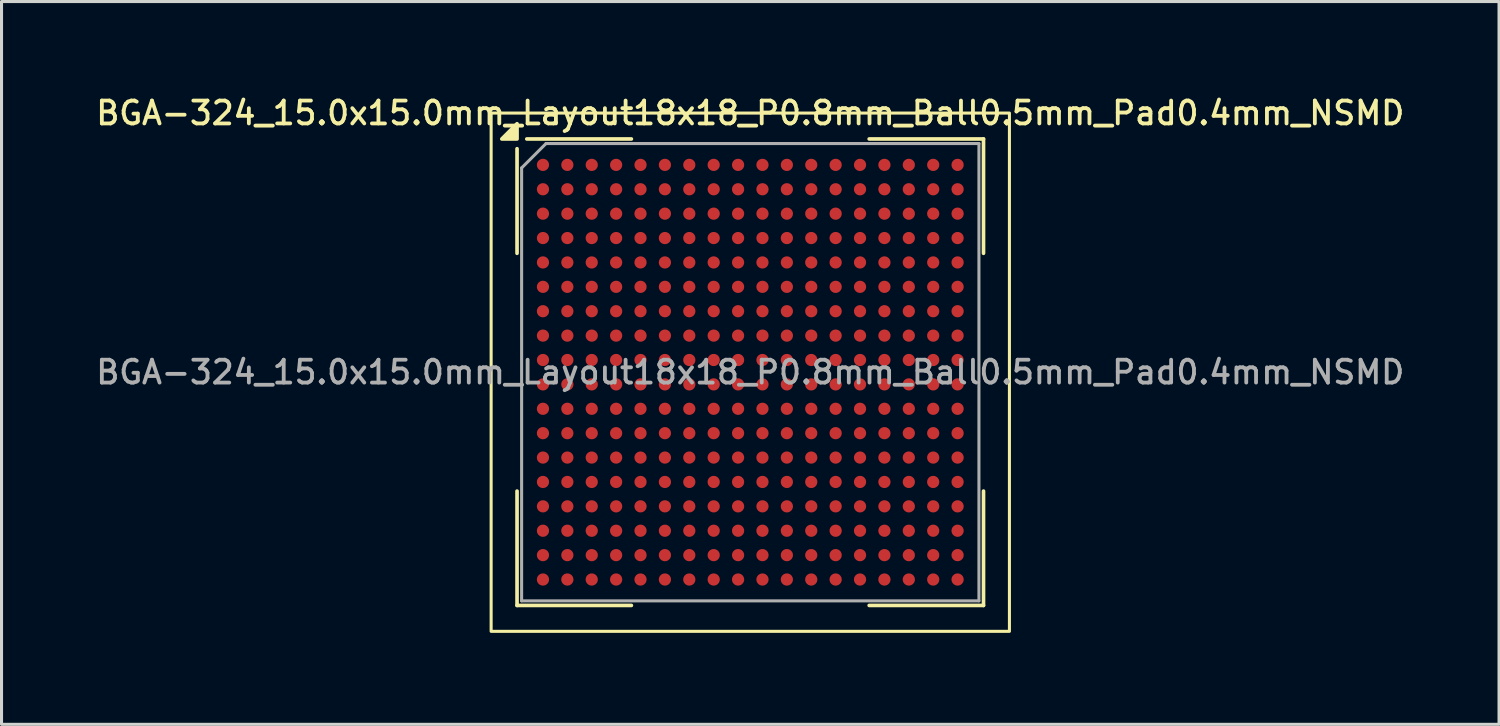
<source format=kicad_pcb>
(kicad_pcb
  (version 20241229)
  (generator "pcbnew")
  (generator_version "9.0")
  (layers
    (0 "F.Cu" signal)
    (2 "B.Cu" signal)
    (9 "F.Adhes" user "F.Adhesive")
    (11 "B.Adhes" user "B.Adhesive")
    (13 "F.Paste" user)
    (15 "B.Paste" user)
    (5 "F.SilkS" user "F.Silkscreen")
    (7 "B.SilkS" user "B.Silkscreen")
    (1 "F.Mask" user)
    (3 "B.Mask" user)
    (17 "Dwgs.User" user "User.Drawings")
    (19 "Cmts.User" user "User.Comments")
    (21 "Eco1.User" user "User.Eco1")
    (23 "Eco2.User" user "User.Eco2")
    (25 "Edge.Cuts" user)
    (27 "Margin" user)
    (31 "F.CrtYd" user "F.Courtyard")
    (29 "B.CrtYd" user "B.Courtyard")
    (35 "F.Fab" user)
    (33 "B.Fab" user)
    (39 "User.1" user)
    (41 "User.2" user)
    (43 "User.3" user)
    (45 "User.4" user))
  (footprint "BGA-324_15.0x15.0mm_Layout18x18_P0.8mm_Ball0.5mm_Pad0.4mm_NSMD"
    (layer "F.Cu")
    (at 21.559 9.158)
    (property "Reference" "BGA-324_15.0x15.0mm_Layout18x18_P0.8mm_Ball0.5mm_Pad0.4mm_NSMD" (at 0 -8.5 0) (layer "F.SilkS") (effects (font (size 0.75 0.75) (thickness 0.125))))
    (attr smd)
    (fp_line (start -7.65 -7.33) (end -7.65 -3.9) (stroke (width 0.12) (type solid)) (layer "F.SilkS"))
    (fp_line (start -7.65 7.65) (end -7.65 3.9) (stroke (width 0.12) (type solid)) (layer "F.SilkS"))
    (fp_line (start -7.33 -7.65) (end -3.9 -7.65) (stroke (width 0.12) (type solid)) (layer "F.SilkS"))
    (fp_line (start -3.9 7.65) (end -7.65 7.65) (stroke (width 0.12) (type solid)) (layer "F.SilkS"))
    (fp_line (start 3.9 -7.65) (end 7.65 -7.65) (stroke (width 0.12) (type solid)) (layer "F.SilkS"))
    (fp_line (start 3.9 7.65) (end 7.65 7.65) (stroke (width 0.12) (type solid)) (layer "F.SilkS"))
    (fp_line (start 7.65 -7.65) (end 7.65 -3.9) (stroke (width 0.12) (type solid)) (layer "F.SilkS"))
    (fp_line (start 7.65 7.65) (end 7.65 3.9) (stroke (width 0.12) (type solid)) (layer "F.SilkS"))
    (fp_rect (start 8.5 8.5) (end -8.5 -8.5) (stroke (width 0.1) (type solid)) (fill no) (layer "F.SilkS"))
    (fp_poly (pts (xy -7.65 -7.65) (xy -8.15 -7.65) (xy -7.65 -8.15) (xy -7.65 -7.65)) (stroke (width 0.12) (type solid)) (fill yes) (layer "F.SilkS"))
    (fp_line (start -7.5 -6.7) (end -7.5 7.5) (stroke (width 0.1) (type solid)) (layer "F.Fab"))
    (fp_line (start -7.5 7.5) (end 7.5 7.5) (stroke (width 0.1) (type solid)) (layer "F.Fab"))
    (fp_line (start -6.7 -7.5) (end -7.5 -6.7) (stroke (width 0.1) (type solid)) (layer "F.Fab"))
    (fp_line (start 7.5 -7.5) (end -6.7 -7.5) (stroke (width 0.1) (type solid)) (layer "F.Fab"))
    (fp_line (start 7.5 7.5) (end 7.5 -7.5) (stroke (width 0.1) (type solid)) (layer "F.Fab"))
    (fp_text user "${REFERENCE}" (at 0 0 0) (layer "F.Fab") (effects (font (size 0.75 0.75) (thickness 0.125))))
    (pad "A1" smd circle (at -6.8 -6.8) (size 0.4 0.4) (property pad_prop_bga) (layers "F.Cu" "F.Mask" "F.Paste"))
    (pad "A2" smd circle (at -6 -6.8) (size 0.4 0.4) (property pad_prop_bga) (layers "F.Cu" "F.Mask" "F.Paste"))
    (pad "A3" smd circle (at -5.2 -6.8) (size 0.4 0.4) (property pad_prop_bga) (layers "F.Cu" "F.Mask" "F.Paste"))
    (pad "A4" smd circle (at -4.4 -6.8) (size 0.4 0.4) (property pad_prop_bga) (layers "F.Cu" "F.Mask" "F.Paste"))
    (pad "A5" smd circle (at -3.6 -6.8) (size 0.4 0.4) (property pad_prop_bga) (layers "F.Cu" "F.Mask" "F.Paste"))
    (pad "A6" smd circle (at -2.8 -6.8) (size 0.4 0.4) (property pad_prop_bga) (layers "F.Cu" "F.Mask" "F.Paste"))
    (pad "A7" smd circle (at -2 -6.8) (size 0.4 0.4) (property pad_prop_bga) (layers "F.Cu" "F.Mask" "F.Paste"))
    (pad "A8" smd circle (at -1.2 -6.8) (size 0.4 0.4) (property pad_prop_bga) (layers "F.Cu" "F.Mask" "F.Paste"))
    (pad "A9" smd circle (at -0.4 -6.8) (size 0.4 0.4) (property pad_prop_bga) (layers "F.Cu" "F.Mask" "F.Paste"))
    (pad "A10" smd circle (at 0.4 -6.8) (size 0.4 0.4) (property pad_prop_bga) (layers "F.Cu" "F.Mask" "F.Paste"))
    (pad "A11" smd circle (at 1.2 -6.8) (size 0.4 0.4) (property pad_prop_bga) (layers "F.Cu" "F.Mask" "F.Paste"))
    (pad "A12" smd circle (at 2 -6.8) (size 0.4 0.4) (property pad_prop_bga) (layers "F.Cu" "F.Mask" "F.Paste"))
    (pad "A13" smd circle (at 2.8 -6.8) (size 0.4 0.4) (property pad_prop_bga) (layers "F.Cu" "F.Mask" "F.Paste"))
    (pad "A14" smd circle (at 3.6 -6.8) (size 0.4 0.4) (property pad_prop_bga) (layers "F.Cu" "F.Mask" "F.Paste"))
    (pad "A15" smd circle (at 4.4 -6.8) (size 0.4 0.4) (property pad_prop_bga) (layers "F.Cu" "F.Mask" "F.Paste"))
    (pad "A16" smd circle (at 5.2 -6.8) (size 0.4 0.4) (property pad_prop_bga) (layers "F.Cu" "F.Mask" "F.Paste"))
    (pad "A17" smd circle (at 6 -6.8) (size 0.4 0.4) (property pad_prop_bga) (layers "F.Cu" "F.Mask" "F.Paste"))
    (pad "A18" smd circle (at 6.8 -6.8) (size 0.4 0.4) (property pad_prop_bga) (layers "F.Cu" "F.Mask" "F.Paste"))
    (pad "B1" smd circle (at -6.8 -6) (size 0.4 0.4) (property pad_prop_bga) (layers "F.Cu" "F.Mask" "F.Paste"))
    (pad "B2" smd circle (at -6 -6) (size 0.4 0.4) (property pad_prop_bga) (layers "F.Cu" "F.Mask" "F.Paste"))
    (pad "B3" smd circle (at -5.2 -6) (size 0.4 0.4) (property pad_prop_bga) (layers "F.Cu" "F.Mask" "F.Paste"))
    (pad "B4" smd circle (at -4.4 -6) (size 0.4 0.4) (property pad_prop_bga) (layers "F.Cu" "F.Mask" "F.Paste"))
    (pad "B5" smd circle (at -3.6 -6) (size 0.4 0.4) (property pad_prop_bga) (layers "F.Cu" "F.Mask" "F.Paste"))
    (pad "B6" smd circle (at -2.8 -6) (size 0.4 0.4) (property pad_prop_bga) (layers "F.Cu" "F.Mask" "F.Paste"))
    (pad "B7" smd circle (at -2 -6) (size 0.4 0.4) (property pad_prop_bga) (layers "F.Cu" "F.Mask" "F.Paste"))
    (pad "B8" smd circle (at -1.2 -6) (size 0.4 0.4) (property pad_prop_bga) (layers "F.Cu" "F.Mask" "F.Paste"))
    (pad "B9" smd circle (at -0.4 -6) (size 0.4 0.4) (property pad_prop_bga) (layers "F.Cu" "F.Mask" "F.Paste"))
    (pad "B10" smd circle (at 0.4 -6) (size 0.4 0.4) (property pad_prop_bga) (layers "F.Cu" "F.Mask" "F.Paste"))
    (pad "B11" smd circle (at 1.2 -6) (size 0.4 0.4) (property pad_prop_bga) (layers "F.Cu" "F.Mask" "F.Paste"))
    (pad "B12" smd circle (at 2 -6) (size 0.4 0.4) (property pad_prop_bga) (layers "F.Cu" "F.Mask" "F.Paste"))
    (pad "B13" smd circle (at 2.8 -6) (size 0.4 0.4) (property pad_prop_bga) (layers "F.Cu" "F.Mask" "F.Paste"))
    (pad "B14" smd circle (at 3.6 -6) (size 0.4 0.4) (property pad_prop_bga) (layers "F.Cu" "F.Mask" "F.Paste"))
    (pad "B15" smd circle (at 4.4 -6) (size 0.4 0.4) (property pad_prop_bga) (layers "F.Cu" "F.Mask" "F.Paste"))
    (pad "B16" smd circle (at 5.2 -6) (size 0.4 0.4) (property pad_prop_bga) (layers "F.Cu" "F.Mask" "F.Paste"))
    (pad "B17" smd circle (at 6 -6) (size 0.4 0.4) (property pad_prop_bga) (layers "F.Cu" "F.Mask" "F.Paste"))
    (pad "B18" smd circle (at 6.8 -6) (size 0.4 0.4) (property pad_prop_bga) (layers "F.Cu" "F.Mask" "F.Paste"))
    (pad "C1" smd circle (at -6.8 -5.2) (size 0.4 0.4) (property pad_prop_bga) (layers "F.Cu" "F.Mask" "F.Paste"))
    (pad "C2" smd circle (at -6 -5.2) (size 0.4 0.4) (property pad_prop_bga) (layers "F.Cu" "F.Mask" "F.Paste"))
    (pad "C3" smd circle (at -5.2 -5.2) (size 0.4 0.4) (property pad_prop_bga) (layers "F.Cu" "F.Mask" "F.Paste"))
    (pad "C4" smd circle (at -4.4 -5.2) (size 0.4 0.4) (property pad_prop_bga) (layers "F.Cu" "F.Mask" "F.Paste"))
    (pad "C5" smd circle (at -3.6 -5.2) (size 0.4 0.4) (property pad_prop_bga) (layers "F.Cu" "F.Mask" "F.Paste"))
    (pad "C6" smd circle (at -2.8 -5.2) (size 0.4 0.4) (property pad_prop_bga) (layers "F.Cu" "F.Mask" "F.Paste"))
    (pad "C7" smd circle (at -2 -5.2) (size 0.4 0.4) (property pad_prop_bga) (layers "F.Cu" "F.Mask" "F.Paste"))
    (pad "C8" smd circle (at -1.2 -5.2) (size 0.4 0.4) (property pad_prop_bga) (layers "F.Cu" "F.Mask" "F.Paste"))
    (pad "C9" smd circle (at -0.4 -5.2) (size 0.4 0.4) (property pad_prop_bga) (layers "F.Cu" "F.Mask" "F.Paste"))
    (pad "C10" smd circle (at 0.4 -5.2) (size 0.4 0.4) (property pad_prop_bga) (layers "F.Cu" "F.Mask" "F.Paste"))
    (pad "C11" smd circle (at 1.2 -5.2) (size 0.4 0.4) (property pad_prop_bga) (layers "F.Cu" "F.Mask" "F.Paste"))
    (pad "C12" smd circle (at 2 -5.2) (size 0.4 0.4) (property pad_prop_bga) (layers "F.Cu" "F.Mask" "F.Paste"))
    (pad "C13" smd circle (at 2.8 -5.2) (size 0.4 0.4) (property pad_prop_bga) (layers "F.Cu" "F.Mask" "F.Paste"))
    (pad "C14" smd circle (at 3.6 -5.2) (size 0.4 0.4) (property pad_prop_bga) (layers "F.Cu" "F.Mask" "F.Paste"))
    (pad "C15" smd circle (at 4.4 -5.2) (size 0.4 0.4) (property pad_prop_bga) (layers "F.Cu" "F.Mask" "F.Paste"))
    (pad "C16" smd circle (at 5.2 -5.2) (size 0.4 0.4) (property pad_prop_bga) (layers "F.Cu" "F.Mask" "F.Paste"))
    (pad "C17" smd circle (at 6 -5.2) (size 0.4 0.4) (property pad_prop_bga) (layers "F.Cu" "F.Mask" "F.Paste"))
    (pad "C18" smd circle (at 6.8 -5.2) (size 0.4 0.4) (property pad_prop_bga) (layers "F.Cu" "F.Mask" "F.Paste"))
    (pad "D1" smd circle (at -6.8 -4.4) (size 0.4 0.4) (property pad_prop_bga) (layers "F.Cu" "F.Mask" "F.Paste"))
    (pad "D2" smd circle (at -6 -4.4) (size 0.4 0.4) (property pad_prop_bga) (layers "F.Cu" "F.Mask" "F.Paste"))
    (pad "D3" smd circle (at -5.2 -4.4) (size 0.4 0.4) (property pad_prop_bga) (layers "F.Cu" "F.Mask" "F.Paste"))
    (pad "D4" smd circle (at -4.4 -4.4) (size 0.4 0.4) (property pad_prop_bga) (layers "F.Cu" "F.Mask" "F.Paste"))
    (pad "D5" smd circle (at -3.6 -4.4) (size 0.4 0.4) (property pad_prop_bga) (layers "F.Cu" "F.Mask" "F.Paste"))
    (pad "D6" smd circle (at -2.8 -4.4) (size 0.4 0.4) (property pad_prop_bga) (layers "F.Cu" "F.Mask" "F.Paste"))
    (pad "D7" smd circle (at -2 -4.4) (size 0.4 0.4) (property pad_prop_bga) (layers "F.Cu" "F.Mask" "F.Paste"))
    (pad "D8" smd circle (at -1.2 -4.4) (size 0.4 0.4) (property pad_prop_bga) (layers "F.Cu" "F.Mask" "F.Paste"))
    (pad "D9" smd circle (at -0.4 -4.4) (size 0.4 0.4) (property pad_prop_bga) (layers "F.Cu" "F.Mask" "F.Paste"))
    (pad "D10" smd circle (at 0.4 -4.4) (size 0.4 0.4) (property pad_prop_bga) (layers "F.Cu" "F.Mask" "F.Paste"))
    (pad "D11" smd circle (at 1.2 -4.4) (size 0.4 0.4) (property pad_prop_bga) (layers "F.Cu" "F.Mask" "F.Paste"))
    (pad "D12" smd circle (at 2 -4.4) (size 0.4 0.4) (property pad_prop_bga) (layers "F.Cu" "F.Mask" "F.Paste"))
    (pad "D13" smd circle (at 2.8 -4.4) (size 0.4 0.4) (property pad_prop_bga) (layers "F.Cu" "F.Mask" "F.Paste"))
    (pad "D14" smd circle (at 3.6 -4.4) (size 0.4 0.4) (property pad_prop_bga) (layers "F.Cu" "F.Mask" "F.Paste"))
    (pad "D15" smd circle (at 4.4 -4.4) (size 0.4 0.4) (property pad_prop_bga) (layers "F.Cu" "F.Mask" "F.Paste"))
    (pad "D16" smd circle (at 5.2 -4.4) (size 0.4 0.4) (property pad_prop_bga) (layers "F.Cu" "F.Mask" "F.Paste"))
    (pad "D17" smd circle (at 6 -4.4) (size 0.4 0.4) (property pad_prop_bga) (layers "F.Cu" "F.Mask" "F.Paste"))
    (pad "D18" smd circle (at 6.8 -4.4) (size 0.4 0.4) (property pad_prop_bga) (layers "F.Cu" "F.Mask" "F.Paste"))
    (pad "E1" smd circle (at -6.8 -3.6) (size 0.4 0.4) (property pad_prop_bga) (layers "F.Cu" "F.Mask" "F.Paste"))
    (pad "E2" smd circle (at -6 -3.6) (size 0.4 0.4) (property pad_prop_bga) (layers "F.Cu" "F.Mask" "F.Paste"))
    (pad "E3" smd circle (at -5.2 -3.6) (size 0.4 0.4) (property pad_prop_bga) (layers "F.Cu" "F.Mask" "F.Paste"))
    (pad "E4" smd circle (at -4.4 -3.6) (size 0.4 0.4) (property pad_prop_bga) (layers "F.Cu" "F.Mask" "F.Paste"))
    (pad "E5" smd circle (at -3.6 -3.6) (size 0.4 0.4) (property pad_prop_bga) (layers "F.Cu" "F.Mask" "F.Paste"))
    (pad "E6" smd circle (at -2.8 -3.6) (size 0.4 0.4) (property pad_prop_bga) (layers "F.Cu" "F.Mask" "F.Paste"))
    (pad "E7" smd circle (at -2 -3.6) (size 0.4 0.4) (property pad_prop_bga) (layers "F.Cu" "F.Mask" "F.Paste"))
    (pad "E8" smd circle (at -1.2 -3.6) (size 0.4 0.4) (property pad_prop_bga) (layers "F.Cu" "F.Mask" "F.Paste"))
    (pad "E9" smd circle (at -0.4 -3.6) (size 0.4 0.4) (property pad_prop_bga) (layers "F.Cu" "F.Mask" "F.Paste"))
    (pad "E10" smd circle (at 0.4 -3.6) (size 0.4 0.4) (property pad_prop_bga) (layers "F.Cu" "F.Mask" "F.Paste"))
    (pad "E11" smd circle (at 1.2 -3.6) (size 0.4 0.4) (property pad_prop_bga) (layers "F.Cu" "F.Mask" "F.Paste"))
    (pad "E12" smd circle (at 2 -3.6) (size 0.4 0.4) (property pad_prop_bga) (layers "F.Cu" "F.Mask" "F.Paste"))
    (pad "E13" smd circle (at 2.8 -3.6) (size 0.4 0.4) (property pad_prop_bga) (layers "F.Cu" "F.Mask" "F.Paste"))
    (pad "E14" smd circle (at 3.6 -3.6) (size 0.4 0.4) (property pad_prop_bga) (layers "F.Cu" "F.Mask" "F.Paste"))
    (pad "E15" smd circle (at 4.4 -3.6) (size 0.4 0.4) (property pad_prop_bga) (layers "F.Cu" "F.Mask" "F.Paste"))
    (pad "E16" smd circle (at 5.2 -3.6) (size 0.4 0.4) (property pad_prop_bga) (layers "F.Cu" "F.Mask" "F.Paste"))
    (pad "E17" smd circle (at 6 -3.6) (size 0.4 0.4) (property pad_prop_bga) (layers "F.Cu" "F.Mask" "F.Paste"))
    (pad "E18" smd circle (at 6.8 -3.6) (size 0.4 0.4) (property pad_prop_bga) (layers "F.Cu" "F.Mask" "F.Paste"))
    (pad "F1" smd circle (at -6.8 -2.8) (size 0.4 0.4) (property pad_prop_bga) (layers "F.Cu" "F.Mask" "F.Paste"))
    (pad "F2" smd circle (at -6 -2.8) (size 0.4 0.4) (property pad_prop_bga) (layers "F.Cu" "F.Mask" "F.Paste"))
    (pad "F3" smd circle (at -5.2 -2.8) (size 0.4 0.4) (property pad_prop_bga) (layers "F.Cu" "F.Mask" "F.Paste"))
    (pad "F4" smd circle (at -4.4 -2.8) (size 0.4 0.4) (property pad_prop_bga) (layers "F.Cu" "F.Mask" "F.Paste"))
    (pad "F5" smd circle (at -3.6 -2.8) (size 0.4 0.4) (property pad_prop_bga) (layers "F.Cu" "F.Mask" "F.Paste"))
    (pad "F6" smd circle (at -2.8 -2.8) (size 0.4 0.4) (property pad_prop_bga) (layers "F.Cu" "F.Mask" "F.Paste"))
    (pad "F7" smd circle (at -2 -2.8) (size 0.4 0.4) (property pad_prop_bga) (layers "F.Cu" "F.Mask" "F.Paste"))
    (pad "F8" smd circle (at -1.2 -2.8) (size 0.4 0.4) (property pad_prop_bga) (layers "F.Cu" "F.Mask" "F.Paste"))
    (pad "F9" smd circle (at -0.4 -2.8) (size 0.4 0.4) (property pad_prop_bga) (layers "F.Cu" "F.Mask" "F.Paste"))
    (pad "F10" smd circle (at 0.4 -2.8) (size 0.4 0.4) (property pad_prop_bga) (layers "F.Cu" "F.Mask" "F.Paste"))
    (pad "F11" smd circle (at 1.2 -2.8) (size 0.4 0.4) (property pad_prop_bga) (layers "F.Cu" "F.Mask" "F.Paste"))
    (pad "F12" smd circle (at 2 -2.8) (size 0.4 0.4) (property pad_prop_bga) (layers "F.Cu" "F.Mask" "F.Paste"))
    (pad "F13" smd circle (at 2.8 -2.8) (size 0.4 0.4) (property pad_prop_bga) (layers "F.Cu" "F.Mask" "F.Paste"))
    (pad "F14" smd circle (at 3.6 -2.8) (size 0.4 0.4) (property pad_prop_bga) (layers "F.Cu" "F.Mask" "F.Paste"))
    (pad "F15" smd circle (at 4.4 -2.8) (size 0.4 0.4) (property pad_prop_bga) (layers "F.Cu" "F.Mask" "F.Paste"))
    (pad "F16" smd circle (at 5.2 -2.8) (size 0.4 0.4) (property pad_prop_bga) (layers "F.Cu" "F.Mask" "F.Paste"))
    (pad "F17" smd circle (at 6 -2.8) (size 0.4 0.4) (property pad_prop_bga) (layers "F.Cu" "F.Mask" "F.Paste"))
    (pad "F18" smd circle (at 6.8 -2.8) (size 0.4 0.4) (property pad_prop_bga) (layers "F.Cu" "F.Mask" "F.Paste"))
    (pad "G1" smd circle (at -6.8 -2) (size 0.4 0.4) (property pad_prop_bga) (layers "F.Cu" "F.Mask" "F.Paste"))
    (pad "G2" smd circle (at -6 -2) (size 0.4 0.4) (property pad_prop_bga) (layers "F.Cu" "F.Mask" "F.Paste"))
    (pad "G3" smd circle (at -5.2 -2) (size 0.4 0.4) (property pad_prop_bga) (layers "F.Cu" "F.Mask" "F.Paste"))
    (pad "G4" smd circle (at -4.4 -2) (size 0.4 0.4) (property pad_prop_bga) (layers "F.Cu" "F.Mask" "F.Paste"))
    (pad "G5" smd circle (at -3.6 -2) (size 0.4 0.4) (property pad_prop_bga) (layers "F.Cu" "F.Mask" "F.Paste"))
    (pad "G6" smd circle (at -2.8 -2) (size 0.4 0.4) (property pad_prop_bga) (layers "F.Cu" "F.Mask" "F.Paste"))
    (pad "G7" smd circle (at -2 -2) (size 0.4 0.4) (property pad_prop_bga) (layers "F.Cu" "F.Mask" "F.Paste"))
    (pad "G8" smd circle (at -1.2 -2) (size 0.4 0.4) (property pad_prop_bga) (layers "F.Cu" "F.Mask" "F.Paste"))
    (pad "G9" smd circle (at -0.4 -2) (size 0.4 0.4) (property pad_prop_bga) (layers "F.Cu" "F.Mask" "F.Paste"))
    (pad "G10" smd circle (at 0.4 -2) (size 0.4 0.4) (property pad_prop_bga) (layers "F.Cu" "F.Mask" "F.Paste"))
    (pad "G11" smd circle (at 1.2 -2) (size 0.4 0.4) (property pad_prop_bga) (layers "F.Cu" "F.Mask" "F.Paste"))
    (pad "G12" smd circle (at 2 -2) (size 0.4 0.4) (property pad_prop_bga) (layers "F.Cu" "F.Mask" "F.Paste"))
    (pad "G13" smd circle (at 2.8 -2) (size 0.4 0.4) (property pad_prop_bga) (layers "F.Cu" "F.Mask" "F.Paste"))
    (pad "G14" smd circle (at 3.6 -2) (size 0.4 0.4) (property pad_prop_bga) (layers "F.Cu" "F.Mask" "F.Paste"))
    (pad "G15" smd circle (at 4.4 -2) (size 0.4 0.4) (property pad_prop_bga) (layers "F.Cu" "F.Mask" "F.Paste"))
    (pad "G16" smd circle (at 5.2 -2) (size 0.4 0.4) (property pad_prop_bga) (layers "F.Cu" "F.Mask" "F.Paste"))
    (pad "G17" smd circle (at 6 -2) (size 0.4 0.4) (property pad_prop_bga) (layers "F.Cu" "F.Mask" "F.Paste"))
    (pad "G18" smd circle (at 6.8 -2) (size 0.4 0.4) (property pad_prop_bga) (layers "F.Cu" "F.Mask" "F.Paste"))
    (pad "H1" smd circle (at -6.8 -1.2) (size 0.4 0.4) (property pad_prop_bga) (layers "F.Cu" "F.Mask" "F.Paste"))
    (pad "H2" smd circle (at -6 -1.2) (size 0.4 0.4) (property pad_prop_bga) (layers "F.Cu" "F.Mask" "F.Paste"))
    (pad "H3" smd circle (at -5.2 -1.2) (size 0.4 0.4) (property pad_prop_bga) (layers "F.Cu" "F.Mask" "F.Paste"))
    (pad "H4" smd circle (at -4.4 -1.2) (size 0.4 0.4) (property pad_prop_bga) (layers "F.Cu" "F.Mask" "F.Paste"))
    (pad "H5" smd circle (at -3.6 -1.2) (size 0.4 0.4) (property pad_prop_bga) (layers "F.Cu" "F.Mask" "F.Paste"))
    (pad "H6" smd circle (at -2.8 -1.2) (size 0.4 0.4) (property pad_prop_bga) (layers "F.Cu" "F.Mask" "F.Paste"))
    (pad "H7" smd circle (at -2 -1.2) (size 0.4 0.4) (property pad_prop_bga) (layers "F.Cu" "F.Mask" "F.Paste"))
    (pad "H8" smd circle (at -1.2 -1.2) (size 0.4 0.4) (property pad_prop_bga) (layers "F.Cu" "F.Mask" "F.Paste"))
    (pad "H9" smd circle (at -0.4 -1.2) (size 0.4 0.4) (property pad_prop_bga) (layers "F.Cu" "F.Mask" "F.Paste"))
    (pad "H10" smd circle (at 0.4 -1.2) (size 0.4 0.4) (property pad_prop_bga) (layers "F.Cu" "F.Mask" "F.Paste"))
    (pad "H11" smd circle (at 1.2 -1.2) (size 0.4 0.4) (property pad_prop_bga) (layers "F.Cu" "F.Mask" "F.Paste"))
    (pad "H12" smd circle (at 2 -1.2) (size 0.4 0.4) (property pad_prop_bga) (layers "F.Cu" "F.Mask" "F.Paste"))
    (pad "H13" smd circle (at 2.8 -1.2) (size 0.4 0.4) (property pad_prop_bga) (layers "F.Cu" "F.Mask" "F.Paste"))
    (pad "H14" smd circle (at 3.6 -1.2) (size 0.4 0.4) (property pad_prop_bga) (layers "F.Cu" "F.Mask" "F.Paste"))
    (pad "H15" smd circle (at 4.4 -1.2) (size 0.4 0.4) (property pad_prop_bga) (layers "F.Cu" "F.Mask" "F.Paste"))
    (pad "H16" smd circle (at 5.2 -1.2) (size 0.4 0.4) (property pad_prop_bga) (layers "F.Cu" "F.Mask" "F.Paste"))
    (pad "H17" smd circle (at 6 -1.2) (size 0.4 0.4) (property pad_prop_bga) (layers "F.Cu" "F.Mask" "F.Paste"))
    (pad "H18" smd circle (at 6.8 -1.2) (size 0.4 0.4) (property pad_prop_bga) (layers "F.Cu" "F.Mask" "F.Paste"))
    (pad "J1" smd circle (at -6.8 -0.4) (size 0.4 0.4) (property pad_prop_bga) (layers "F.Cu" "F.Mask" "F.Paste"))
    (pad "J2" smd circle (at -6 -0.4) (size 0.4 0.4) (property pad_prop_bga) (layers "F.Cu" "F.Mask" "F.Paste"))
    (pad "J3" smd circle (at -5.2 -0.4) (size 0.4 0.4) (property pad_prop_bga) (layers "F.Cu" "F.Mask" "F.Paste"))
    (pad "J4" smd circle (at -4.4 -0.4) (size 0.4 0.4) (property pad_prop_bga) (layers "F.Cu" "F.Mask" "F.Paste"))
    (pad "J5" smd circle (at -3.6 -0.4) (size 0.4 0.4) (property pad_prop_bga) (layers "F.Cu" "F.Mask" "F.Paste"))
    (pad "J6" smd circle (at -2.8 -0.4) (size 0.4 0.4) (property pad_prop_bga) (layers "F.Cu" "F.Mask" "F.Paste"))
    (pad "J7" smd circle (at -2 -0.4) (size 0.4 0.4) (property pad_prop_bga) (layers "F.Cu" "F.Mask" "F.Paste"))
    (pad "J8" smd circle (at -1.2 -0.4) (size 0.4 0.4) (property pad_prop_bga) (layers "F.Cu" "F.Mask" "F.Paste"))
    (pad "J9" smd circle (at -0.4 -0.4) (size 0.4 0.4) (property pad_prop_bga) (layers "F.Cu" "F.Mask" "F.Paste"))
    (pad "J10" smd circle (at 0.4 -0.4) (size 0.4 0.4) (property pad_prop_bga) (layers "F.Cu" "F.Mask" "F.Paste"))
    (pad "J11" smd circle (at 1.2 -0.4) (size 0.4 0.4) (property pad_prop_bga) (layers "F.Cu" "F.Mask" "F.Paste"))
    (pad "J12" smd circle (at 2 -0.4) (size 0.4 0.4) (property pad_prop_bga) (layers "F.Cu" "F.Mask" "F.Paste"))
    (pad "J13" smd circle (at 2.8 -0.4) (size 0.4 0.4) (property pad_prop_bga) (layers "F.Cu" "F.Mask" "F.Paste"))
    (pad "J14" smd circle (at 3.6 -0.4) (size 0.4 0.4) (property pad_prop_bga) (layers "F.Cu" "F.Mask" "F.Paste"))
    (pad "J15" smd circle (at 4.4 -0.4) (size 0.4 0.4) (property pad_prop_bga) (layers "F.Cu" "F.Mask" "F.Paste"))
    (pad "J16" smd circle (at 5.2 -0.4) (size 0.4 0.4) (property pad_prop_bga) (layers "F.Cu" "F.Mask" "F.Paste"))
    (pad "J17" smd circle (at 6 -0.4) (size 0.4 0.4) (property pad_prop_bga) (layers "F.Cu" "F.Mask" "F.Paste"))
    (pad "J18" smd circle (at 6.8 -0.4) (size 0.4 0.4) (property pad_prop_bga) (layers "F.Cu" "F.Mask" "F.Paste"))
    (pad "K1" smd circle (at -6.8 0.4) (size 0.4 0.4) (property pad_prop_bga) (layers "F.Cu" "F.Mask" "F.Paste"))
    (pad "K2" smd circle (at -6 0.4) (size 0.4 0.4) (property pad_prop_bga) (layers "F.Cu" "F.Mask" "F.Paste"))
    (pad "K3" smd circle (at -5.2 0.4) (size 0.4 0.4) (property pad_prop_bga) (layers "F.Cu" "F.Mask" "F.Paste"))
    (pad "K4" smd circle (at -4.4 0.4) (size 0.4 0.4) (property pad_prop_bga) (layers "F.Cu" "F.Mask" "F.Paste"))
    (pad "K5" smd circle (at -3.6 0.4) (size 0.4 0.4) (property pad_prop_bga) (layers "F.Cu" "F.Mask" "F.Paste"))
    (pad "K6" smd circle (at -2.8 0.4) (size 0.4 0.4) (property pad_prop_bga) (layers "F.Cu" "F.Mask" "F.Paste"))
    (pad "K7" smd circle (at -2 0.4) (size 0.4 0.4) (property pad_prop_bga) (layers "F.Cu" "F.Mask" "F.Paste"))
    (pad "K8" smd circle (at -1.2 0.4) (size 0.4 0.4) (property pad_prop_bga) (layers "F.Cu" "F.Mask" "F.Paste"))
    (pad "K9" smd circle (at -0.4 0.4) (size 0.4 0.4) (property pad_prop_bga) (layers "F.Cu" "F.Mask" "F.Paste"))
    (pad "K10" smd circle (at 0.4 0.4) (size 0.4 0.4) (property pad_prop_bga) (layers "F.Cu" "F.Mask" "F.Paste"))
    (pad "K11" smd circle (at 1.2 0.4) (size 0.4 0.4) (property pad_prop_bga) (layers "F.Cu" "F.Mask" "F.Paste"))
    (pad "K12" smd circle (at 2 0.4) (size 0.4 0.4) (property pad_prop_bga) (layers "F.Cu" "F.Mask" "F.Paste"))
    (pad "K13" smd circle (at 2.8 0.4) (size 0.4 0.4) (property pad_prop_bga) (layers "F.Cu" "F.Mask" "F.Paste"))
    (pad "K14" smd circle (at 3.6 0.4) (size 0.4 0.4) (property pad_prop_bga) (layers "F.Cu" "F.Mask" "F.Paste"))
    (pad "K15" smd circle (at 4.4 0.4) (size 0.4 0.4) (property pad_prop_bga) (layers "F.Cu" "F.Mask" "F.Paste"))
    (pad "K16" smd circle (at 5.2 0.4) (size 0.4 0.4) (property pad_prop_bga) (layers "F.Cu" "F.Mask" "F.Paste"))
    (pad "K17" smd circle (at 6 0.4) (size 0.4 0.4) (property pad_prop_bga) (layers "F.Cu" "F.Mask" "F.Paste"))
    (pad "K18" smd circle (at 6.8 0.4) (size 0.4 0.4) (property pad_prop_bga) (layers "F.Cu" "F.Mask" "F.Paste"))
    (pad "L1" smd circle (at -6.8 1.2) (size 0.4 0.4) (property pad_prop_bga) (layers "F.Cu" "F.Mask" "F.Paste"))
    (pad "L2" smd circle (at -6 1.2) (size 0.4 0.4) (property pad_prop_bga) (layers "F.Cu" "F.Mask" "F.Paste"))
    (pad "L3" smd circle (at -5.2 1.2) (size 0.4 0.4) (property pad_prop_bga) (layers "F.Cu" "F.Mask" "F.Paste"))
    (pad "L4" smd circle (at -4.4 1.2) (size 0.4 0.4) (property pad_prop_bga) (layers "F.Cu" "F.Mask" "F.Paste"))
    (pad "L5" smd circle (at -3.6 1.2) (size 0.4 0.4) (property pad_prop_bga) (layers "F.Cu" "F.Mask" "F.Paste"))
    (pad "L6" smd circle (at -2.8 1.2) (size 0.4 0.4) (property pad_prop_bga) (layers "F.Cu" "F.Mask" "F.Paste"))
    (pad "L7" smd circle (at -2 1.2) (size 0.4 0.4) (property pad_prop_bga) (layers "F.Cu" "F.Mask" "F.Paste"))
    (pad "L8" smd circle (at -1.2 1.2) (size 0.4 0.4) (property pad_prop_bga) (layers "F.Cu" "F.Mask" "F.Paste"))
    (pad "L9" smd circle (at -0.4 1.2) (size 0.4 0.4) (property pad_prop_bga) (layers "F.Cu" "F.Mask" "F.Paste"))
    (pad "L10" smd circle (at 0.4 1.2) (size 0.4 0.4) (property pad_prop_bga) (layers "F.Cu" "F.Mask" "F.Paste"))
    (pad "L11" smd circle (at 1.2 1.2) (size 0.4 0.4) (property pad_prop_bga) (layers "F.Cu" "F.Mask" "F.Paste"))
    (pad "L12" smd circle (at 2 1.2) (size 0.4 0.4) (property pad_prop_bga) (layers "F.Cu" "F.Mask" "F.Paste"))
    (pad "L13" smd circle (at 2.8 1.2) (size 0.4 0.4) (property pad_prop_bga) (layers "F.Cu" "F.Mask" "F.Paste"))
    (pad "L14" smd circle (at 3.6 1.2) (size 0.4 0.4) (property pad_prop_bga) (layers "F.Cu" "F.Mask" "F.Paste"))
    (pad "L15" smd circle (at 4.4 1.2) (size 0.4 0.4) (property pad_prop_bga) (layers "F.Cu" "F.Mask" "F.Paste"))
    (pad "L16" smd circle (at 5.2 1.2) (size 0.4 0.4) (property pad_prop_bga) (layers "F.Cu" "F.Mask" "F.Paste"))
    (pad "L17" smd circle (at 6 1.2) (size 0.4 0.4) (property pad_prop_bga) (layers "F.Cu" "F.Mask" "F.Paste"))
    (pad "L18" smd circle (at 6.8 1.2) (size 0.4 0.4) (property pad_prop_bga) (layers "F.Cu" "F.Mask" "F.Paste"))
    (pad "M1" smd circle (at -6.8 2) (size 0.4 0.4) (property pad_prop_bga) (layers "F.Cu" "F.Mask" "F.Paste"))
    (pad "M2" smd circle (at -6 2) (size 0.4 0.4) (property pad_prop_bga) (layers "F.Cu" "F.Mask" "F.Paste"))
    (pad "M3" smd circle (at -5.2 2) (size 0.4 0.4) (property pad_prop_bga) (layers "F.Cu" "F.Mask" "F.Paste"))
    (pad "M4" smd circle (at -4.4 2) (size 0.4 0.4) (property pad_prop_bga) (layers "F.Cu" "F.Mask" "F.Paste"))
    (pad "M5" smd circle (at -3.6 2) (size 0.4 0.4) (property pad_prop_bga) (layers "F.Cu" "F.Mask" "F.Paste"))
    (pad "M6" smd circle (at -2.8 2) (size 0.4 0.4) (property pad_prop_bga) (layers "F.Cu" "F.Mask" "F.Paste"))
    (pad "M7" smd circle (at -2 2) (size 0.4 0.4) (property pad_prop_bga) (layers "F.Cu" "F.Mask" "F.Paste"))
    (pad "M8" smd circle (at -1.2 2) (size 0.4 0.4) (property pad_prop_bga) (layers "F.Cu" "F.Mask" "F.Paste"))
    (pad "M9" smd circle (at -0.4 2) (size 0.4 0.4) (property pad_prop_bga) (layers "F.Cu" "F.Mask" "F.Paste"))
    (pad "M10" smd circle (at 0.4 2) (size 0.4 0.4) (property pad_prop_bga) (layers "F.Cu" "F.Mask" "F.Paste"))
    (pad "M11" smd circle (at 1.2 2) (size 0.4 0.4) (property pad_prop_bga) (layers "F.Cu" "F.Mask" "F.Paste"))
    (pad "M12" smd circle (at 2 2) (size 0.4 0.4) (property pad_prop_bga) (layers "F.Cu" "F.Mask" "F.Paste"))
    (pad "M13" smd circle (at 2.8 2) (size 0.4 0.4) (property pad_prop_bga) (layers "F.Cu" "F.Mask" "F.Paste"))
    (pad "M14" smd circle (at 3.6 2) (size 0.4 0.4) (property pad_prop_bga) (layers "F.Cu" "F.Mask" "F.Paste"))
    (pad "M15" smd circle (at 4.4 2) (size 0.4 0.4) (property pad_prop_bga) (layers "F.Cu" "F.Mask" "F.Paste"))
    (pad "M16" smd circle (at 5.2 2) (size 0.4 0.4) (property pad_prop_bga) (layers "F.Cu" "F.Mask" "F.Paste"))
    (pad "M17" smd circle (at 6 2) (size 0.4 0.4) (property pad_prop_bga) (layers "F.Cu" "F.Mask" "F.Paste"))
    (pad "M18" smd circle (at 6.8 2) (size 0.4 0.4) (property pad_prop_bga) (layers "F.Cu" "F.Mask" "F.Paste"))
    (pad "N1" smd circle (at -6.8 2.8) (size 0.4 0.4) (property pad_prop_bga) (layers "F.Cu" "F.Mask" "F.Paste"))
    (pad "N2" smd circle (at -6 2.8) (size 0.4 0.4) (property pad_prop_bga) (layers "F.Cu" "F.Mask" "F.Paste"))
    (pad "N3" smd circle (at -5.2 2.8) (size 0.4 0.4) (property pad_prop_bga) (layers "F.Cu" "F.Mask" "F.Paste"))
    (pad "N4" smd circle (at -4.4 2.8) (size 0.4 0.4) (property pad_prop_bga) (layers "F.Cu" "F.Mask" "F.Paste"))
    (pad "N5" smd circle (at -3.6 2.8) (size 0.4 0.4) (property pad_prop_bga) (layers "F.Cu" "F.Mask" "F.Paste"))
    (pad "N6" smd circle (at -2.8 2.8) (size 0.4 0.4) (property pad_prop_bga) (layers "F.Cu" "F.Mask" "F.Paste"))
    (pad "N7" smd circle (at -2 2.8) (size 0.4 0.4) (property pad_prop_bga) (layers "F.Cu" "F.Mask" "F.Paste"))
    (pad "N8" smd circle (at -1.2 2.8) (size 0.4 0.4) (property pad_prop_bga) (layers "F.Cu" "F.Mask" "F.Paste"))
    (pad "N9" smd circle (at -0.4 2.8) (size 0.4 0.4) (property pad_prop_bga) (layers "F.Cu" "F.Mask" "F.Paste"))
    (pad "N10" smd circle (at 0.4 2.8) (size 0.4 0.4) (property pad_prop_bga) (layers "F.Cu" "F.Mask" "F.Paste"))
    (pad "N11" smd circle (at 1.2 2.8) (size 0.4 0.4) (property pad_prop_bga) (layers "F.Cu" "F.Mask" "F.Paste"))
    (pad "N12" smd circle (at 2 2.8) (size 0.4 0.4) (property pad_prop_bga) (layers "F.Cu" "F.Mask" "F.Paste"))
    (pad "N13" smd circle (at 2.8 2.8) (size 0.4 0.4) (property pad_prop_bga) (layers "F.Cu" "F.Mask" "F.Paste"))
    (pad "N14" smd circle (at 3.6 2.8) (size 0.4 0.4) (property pad_prop_bga) (layers "F.Cu" "F.Mask" "F.Paste"))
    (pad "N15" smd circle (at 4.4 2.8) (size 0.4 0.4) (property pad_prop_bga) (layers "F.Cu" "F.Mask" "F.Paste"))
    (pad "N16" smd circle (at 5.2 2.8) (size 0.4 0.4) (property pad_prop_bga) (layers "F.Cu" "F.Mask" "F.Paste"))
    (pad "N17" smd circle (at 6 2.8) (size 0.4 0.4) (property pad_prop_bga) (layers "F.Cu" "F.Mask" "F.Paste"))
    (pad "N18" smd circle (at 6.8 2.8) (size 0.4 0.4) (property pad_prop_bga) (layers "F.Cu" "F.Mask" "F.Paste"))
    (pad "P1" smd circle (at -6.8 3.6) (size 0.4 0.4) (property pad_prop_bga) (layers "F.Cu" "F.Mask" "F.Paste"))
    (pad "P2" smd circle (at -6 3.6) (size 0.4 0.4) (property pad_prop_bga) (layers "F.Cu" "F.Mask" "F.Paste"))
    (pad "P3" smd circle (at -5.2 3.6) (size 0.4 0.4) (property pad_prop_bga) (layers "F.Cu" "F.Mask" "F.Paste"))
    (pad "P4" smd circle (at -4.4 3.6) (size 0.4 0.4) (property pad_prop_bga) (layers "F.Cu" "F.Mask" "F.Paste"))
    (pad "P5" smd circle (at -3.6 3.6) (size 0.4 0.4) (property pad_prop_bga) (layers "F.Cu" "F.Mask" "F.Paste"))
    (pad "P6" smd circle (at -2.8 3.6) (size 0.4 0.4) (property pad_prop_bga) (layers "F.Cu" "F.Mask" "F.Paste"))
    (pad "P7" smd circle (at -2 3.6) (size 0.4 0.4) (property pad_prop_bga) (layers "F.Cu" "F.Mask" "F.Paste"))
    (pad "P8" smd circle (at -1.2 3.6) (size 0.4 0.4) (property pad_prop_bga) (layers "F.Cu" "F.Mask" "F.Paste"))
    (pad "P9" smd circle (at -0.4 3.6) (size 0.4 0.4) (property pad_prop_bga) (layers "F.Cu" "F.Mask" "F.Paste"))
    (pad "P10" smd circle (at 0.4 3.6) (size 0.4 0.4) (property pad_prop_bga) (layers "F.Cu" "F.Mask" "F.Paste"))
    (pad "P11" smd circle (at 1.2 3.6) (size 0.4 0.4) (property pad_prop_bga) (layers "F.Cu" "F.Mask" "F.Paste"))
    (pad "P12" smd circle (at 2 3.6) (size 0.4 0.4) (property pad_prop_bga) (layers "F.Cu" "F.Mask" "F.Paste"))
    (pad "P13" smd circle (at 2.8 3.6) (size 0.4 0.4) (property pad_prop_bga) (layers "F.Cu" "F.Mask" "F.Paste"))
    (pad "P14" smd circle (at 3.6 3.6) (size 0.4 0.4) (property pad_prop_bga) (layers "F.Cu" "F.Mask" "F.Paste"))
    (pad "P15" smd circle (at 4.4 3.6) (size 0.4 0.4) (property pad_prop_bga) (layers "F.Cu" "F.Mask" "F.Paste"))
    (pad "P16" smd circle (at 5.2 3.6) (size 0.4 0.4) (property pad_prop_bga) (layers "F.Cu" "F.Mask" "F.Paste"))
    (pad "P17" smd circle (at 6 3.6) (size 0.4 0.4) (property pad_prop_bga) (layers "F.Cu" "F.Mask" "F.Paste"))
    (pad "P18" smd circle (at 6.8 3.6) (size 0.4 0.4) (property pad_prop_bga) (layers "F.Cu" "F.Mask" "F.Paste"))
    (pad "R1" smd circle (at -6.8 4.4) (size 0.4 0.4) (property pad_prop_bga) (layers "F.Cu" "F.Mask" "F.Paste"))
    (pad "R2" smd circle (at -6 4.4) (size 0.4 0.4) (property pad_prop_bga) (layers "F.Cu" "F.Mask" "F.Paste"))
    (pad "R3" smd circle (at -5.2 4.4) (size 0.4 0.4) (property pad_prop_bga) (layers "F.Cu" "F.Mask" "F.Paste"))
    (pad "R4" smd circle (at -4.4 4.4) (size 0.4 0.4) (property pad_prop_bga) (layers "F.Cu" "F.Mask" "F.Paste"))
    (pad "R5" smd circle (at -3.6 4.4) (size 0.4 0.4) (property pad_prop_bga) (layers "F.Cu" "F.Mask" "F.Paste"))
    (pad "R6" smd circle (at -2.8 4.4) (size 0.4 0.4) (property pad_prop_bga) (layers "F.Cu" "F.Mask" "F.Paste"))
    (pad "R7" smd circle (at -2 4.4) (size 0.4 0.4) (property pad_prop_bga) (layers "F.Cu" "F.Mask" "F.Paste"))
    (pad "R8" smd circle (at -1.2 4.4) (size 0.4 0.4) (property pad_prop_bga) (layers "F.Cu" "F.Mask" "F.Paste"))
    (pad "R9" smd circle (at -0.4 4.4) (size 0.4 0.4) (property pad_prop_bga) (layers "F.Cu" "F.Mask" "F.Paste"))
    (pad "R10" smd circle (at 0.4 4.4) (size 0.4 0.4) (property pad_prop_bga) (layers "F.Cu" "F.Mask" "F.Paste"))
    (pad "R11" smd circle (at 1.2 4.4) (size 0.4 0.4) (property pad_prop_bga) (layers "F.Cu" "F.Mask" "F.Paste"))
    (pad "R12" smd circle (at 2 4.4) (size 0.4 0.4) (property pad_prop_bga) (layers "F.Cu" "F.Mask" "F.Paste"))
    (pad "R13" smd circle (at 2.8 4.4) (size 0.4 0.4) (property pad_prop_bga) (layers "F.Cu" "F.Mask" "F.Paste"))
    (pad "R14" smd circle (at 3.6 4.4) (size 0.4 0.4) (property pad_prop_bga) (layers "F.Cu" "F.Mask" "F.Paste"))
    (pad "R15" smd circle (at 4.4 4.4) (size 0.4 0.4) (property pad_prop_bga) (layers "F.Cu" "F.Mask" "F.Paste"))
    (pad "R16" smd circle (at 5.2 4.4) (size 0.4 0.4) (property pad_prop_bga) (layers "F.Cu" "F.Mask" "F.Paste"))
    (pad "R17" smd circle (at 6 4.4) (size 0.4 0.4) (property pad_prop_bga) (layers "F.Cu" "F.Mask" "F.Paste"))
    (pad "R18" smd circle (at 6.8 4.4) (size 0.4 0.4) (property pad_prop_bga) (layers "F.Cu" "F.Mask" "F.Paste"))
    (pad "T1" smd circle (at -6.8 5.2) (size 0.4 0.4) (property pad_prop_bga) (layers "F.Cu" "F.Mask" "F.Paste"))
    (pad "T2" smd circle (at -6 5.2) (size 0.4 0.4) (property pad_prop_bga) (layers "F.Cu" "F.Mask" "F.Paste"))
    (pad "T3" smd circle (at -5.2 5.2) (size 0.4 0.4) (property pad_prop_bga) (layers "F.Cu" "F.Mask" "F.Paste"))
    (pad "T4" smd circle (at -4.4 5.2) (size 0.4 0.4) (property pad_prop_bga) (layers "F.Cu" "F.Mask" "F.Paste"))
    (pad "T5" smd circle (at -3.6 5.2) (size 0.4 0.4) (property pad_prop_bga) (layers "F.Cu" "F.Mask" "F.Paste"))
    (pad "T6" smd circle (at -2.8 5.2) (size 0.4 0.4) (property pad_prop_bga) (layers "F.Cu" "F.Mask" "F.Paste"))
    (pad "T7" smd circle (at -2 5.2) (size 0.4 0.4) (property pad_prop_bga) (layers "F.Cu" "F.Mask" "F.Paste"))
    (pad "T8" smd circle (at -1.2 5.2) (size 0.4 0.4) (property pad_prop_bga) (layers "F.Cu" "F.Mask" "F.Paste"))
    (pad "T9" smd circle (at -0.4 5.2) (size 0.4 0.4) (property pad_prop_bga) (layers "F.Cu" "F.Mask" "F.Paste"))
    (pad "T10" smd circle (at 0.4 5.2) (size 0.4 0.4) (property pad_prop_bga) (layers "F.Cu" "F.Mask" "F.Paste"))
    (pad "T11" smd circle (at 1.2 5.2) (size 0.4 0.4) (property pad_prop_bga) (layers "F.Cu" "F.Mask" "F.Paste"))
    (pad "T12" smd circle (at 2 5.2) (size 0.4 0.4) (property pad_prop_bga) (layers "F.Cu" "F.Mask" "F.Paste"))
    (pad "T13" smd circle (at 2.8 5.2) (size 0.4 0.4) (property pad_prop_bga) (layers "F.Cu" "F.Mask" "F.Paste"))
    (pad "T14" smd circle (at 3.6 5.2) (size 0.4 0.4) (property pad_prop_bga) (layers "F.Cu" "F.Mask" "F.Paste"))
    (pad "T15" smd circle (at 4.4 5.2) (size 0.4 0.4) (property pad_prop_bga) (layers "F.Cu" "F.Mask" "F.Paste"))
    (pad "T16" smd circle (at 5.2 5.2) (size 0.4 0.4) (property pad_prop_bga) (layers "F.Cu" "F.Mask" "F.Paste"))
    (pad "T17" smd circle (at 6 5.2) (size 0.4 0.4) (property pad_prop_bga) (layers "F.Cu" "F.Mask" "F.Paste"))
    (pad "T18" smd circle (at 6.8 5.2) (size 0.4 0.4) (property pad_prop_bga) (layers "F.Cu" "F.Mask" "F.Paste"))
    (pad "U1" smd circle (at -6.8 6) (size 0.4 0.4) (property pad_prop_bga) (layers "F.Cu" "F.Mask" "F.Paste"))
    (pad "U2" smd circle (at -6 6) (size 0.4 0.4) (property pad_prop_bga) (layers "F.Cu" "F.Mask" "F.Paste"))
    (pad "U3" smd circle (at -5.2 6) (size 0.4 0.4) (property pad_prop_bga) (layers "F.Cu" "F.Mask" "F.Paste"))
    (pad "U4" smd circle (at -4.4 6) (size 0.4 0.4) (property pad_prop_bga) (layers "F.Cu" "F.Mask" "F.Paste"))
    (pad "U5" smd circle (at -3.6 6) (size 0.4 0.4) (property pad_prop_bga) (layers "F.Cu" "F.Mask" "F.Paste"))
    (pad "U6" smd circle (at -2.8 6) (size 0.4 0.4) (property pad_prop_bga) (layers "F.Cu" "F.Mask" "F.Paste"))
    (pad "U7" smd circle (at -2 6) (size 0.4 0.4) (property pad_prop_bga) (layers "F.Cu" "F.Mask" "F.Paste"))
    (pad "U8" smd circle (at -1.2 6) (size 0.4 0.4) (property pad_prop_bga) (layers "F.Cu" "F.Mask" "F.Paste"))
    (pad "U9" smd circle (at -0.4 6) (size 0.4 0.4) (property pad_prop_bga) (layers "F.Cu" "F.Mask" "F.Paste"))
    (pad "U10" smd circle (at 0.4 6) (size 0.4 0.4) (property pad_prop_bga) (layers "F.Cu" "F.Mask" "F.Paste"))
    (pad "U11" smd circle (at 1.2 6) (size 0.4 0.4) (property pad_prop_bga) (layers "F.Cu" "F.Mask" "F.Paste"))
    (pad "U12" smd circle (at 2 6) (size 0.4 0.4) (property pad_prop_bga) (layers "F.Cu" "F.Mask" "F.Paste"))
    (pad "U13" smd circle (at 2.8 6) (size 0.4 0.4) (property pad_prop_bga) (layers "F.Cu" "F.Mask" "F.Paste"))
    (pad "U14" smd circle (at 3.6 6) (size 0.4 0.4) (property pad_prop_bga) (layers "F.Cu" "F.Mask" "F.Paste"))
    (pad "U15" smd circle (at 4.4 6) (size 0.4 0.4) (property pad_prop_bga) (layers "F.Cu" "F.Mask" "F.Paste"))
    (pad "U16" smd circle (at 5.2 6) (size 0.4 0.4) (property pad_prop_bga) (layers "F.Cu" "F.Mask" "F.Paste"))
    (pad "U17" smd circle (at 6 6) (size 0.4 0.4) (property pad_prop_bga) (layers "F.Cu" "F.Mask" "F.Paste"))
    (pad "U18" smd circle (at 6.8 6) (size 0.4 0.4) (property pad_prop_bga) (layers "F.Cu" "F.Mask" "F.Paste"))
    (pad "V1" smd circle (at -6.8 6.8) (size 0.4 0.4) (property pad_prop_bga) (layers "F.Cu" "F.Mask" "F.Paste"))
    (pad "V2" smd circle (at -6 6.8) (size 0.4 0.4) (property pad_prop_bga) (layers "F.Cu" "F.Mask" "F.Paste"))
    (pad "V3" smd circle (at -5.2 6.8) (size 0.4 0.4) (property pad_prop_bga) (layers "F.Cu" "F.Mask" "F.Paste"))
    (pad "V4" smd circle (at -4.4 6.8) (size 0.4 0.4) (property pad_prop_bga) (layers "F.Cu" "F.Mask" "F.Paste"))
    (pad "V5" smd circle (at -3.6 6.8) (size 0.4 0.4) (property pad_prop_bga) (layers "F.Cu" "F.Mask" "F.Paste"))
    (pad "V6" smd circle (at -2.8 6.8) (size 0.4 0.4) (property pad_prop_bga) (layers "F.Cu" "F.Mask" "F.Paste"))
    (pad "V7" smd circle (at -2 6.8) (size 0.4 0.4) (property pad_prop_bga) (layers "F.Cu" "F.Mask" "F.Paste"))
    (pad "V8" smd circle (at -1.2 6.8) (size 0.4 0.4) (property pad_prop_bga) (layers "F.Cu" "F.Mask" "F.Paste"))
    (pad "V9" smd circle (at -0.4 6.8) (size 0.4 0.4) (property pad_prop_bga) (layers "F.Cu" "F.Mask" "F.Paste"))
    (pad "V10" smd circle (at 0.4 6.8) (size 0.4 0.4) (property pad_prop_bga) (layers "F.Cu" "F.Mask" "F.Paste"))
    (pad "V11" smd circle (at 1.2 6.8) (size 0.4 0.4) (property pad_prop_bga) (layers "F.Cu" "F.Mask" "F.Paste"))
    (pad "V12" smd circle (at 2 6.8) (size 0.4 0.4) (property pad_prop_bga) (layers "F.Cu" "F.Mask" "F.Paste"))
    (pad "V13" smd circle (at 2.8 6.8) (size 0.4 0.4) (property pad_prop_bga) (layers "F.Cu" "F.Mask" "F.Paste"))
    (pad "V14" smd circle (at 3.6 6.8) (size 0.4 0.4) (property pad_prop_bga) (layers "F.Cu" "F.Mask" "F.Paste"))
    (pad "V15" smd circle (at 4.4 6.8) (size 0.4 0.4) (property pad_prop_bga) (layers "F.Cu" "F.Mask" "F.Paste"))
    (pad "V16" smd circle (at 5.2 6.8) (size 0.4 0.4) (property pad_prop_bga) (layers "F.Cu" "F.Mask" "F.Paste"))
    (pad "V17" smd circle (at 6 6.8) (size 0.4 0.4) (property pad_prop_bga) (layers "F.Cu" "F.Mask" "F.Paste"))
    (pad "V18" smd circle (at 6.8 6.8) (size 0.4 0.4) (property pad_prop_bga) (layers "F.Cu" "F.Mask" "F.Paste")))
  (gr_rect
    (start -3 -3)
    (end 46.118 20.708)
    (stroke (width 0.1) (type default))
    (fill no)
    (layer "Edge.Cuts")))
</source>
